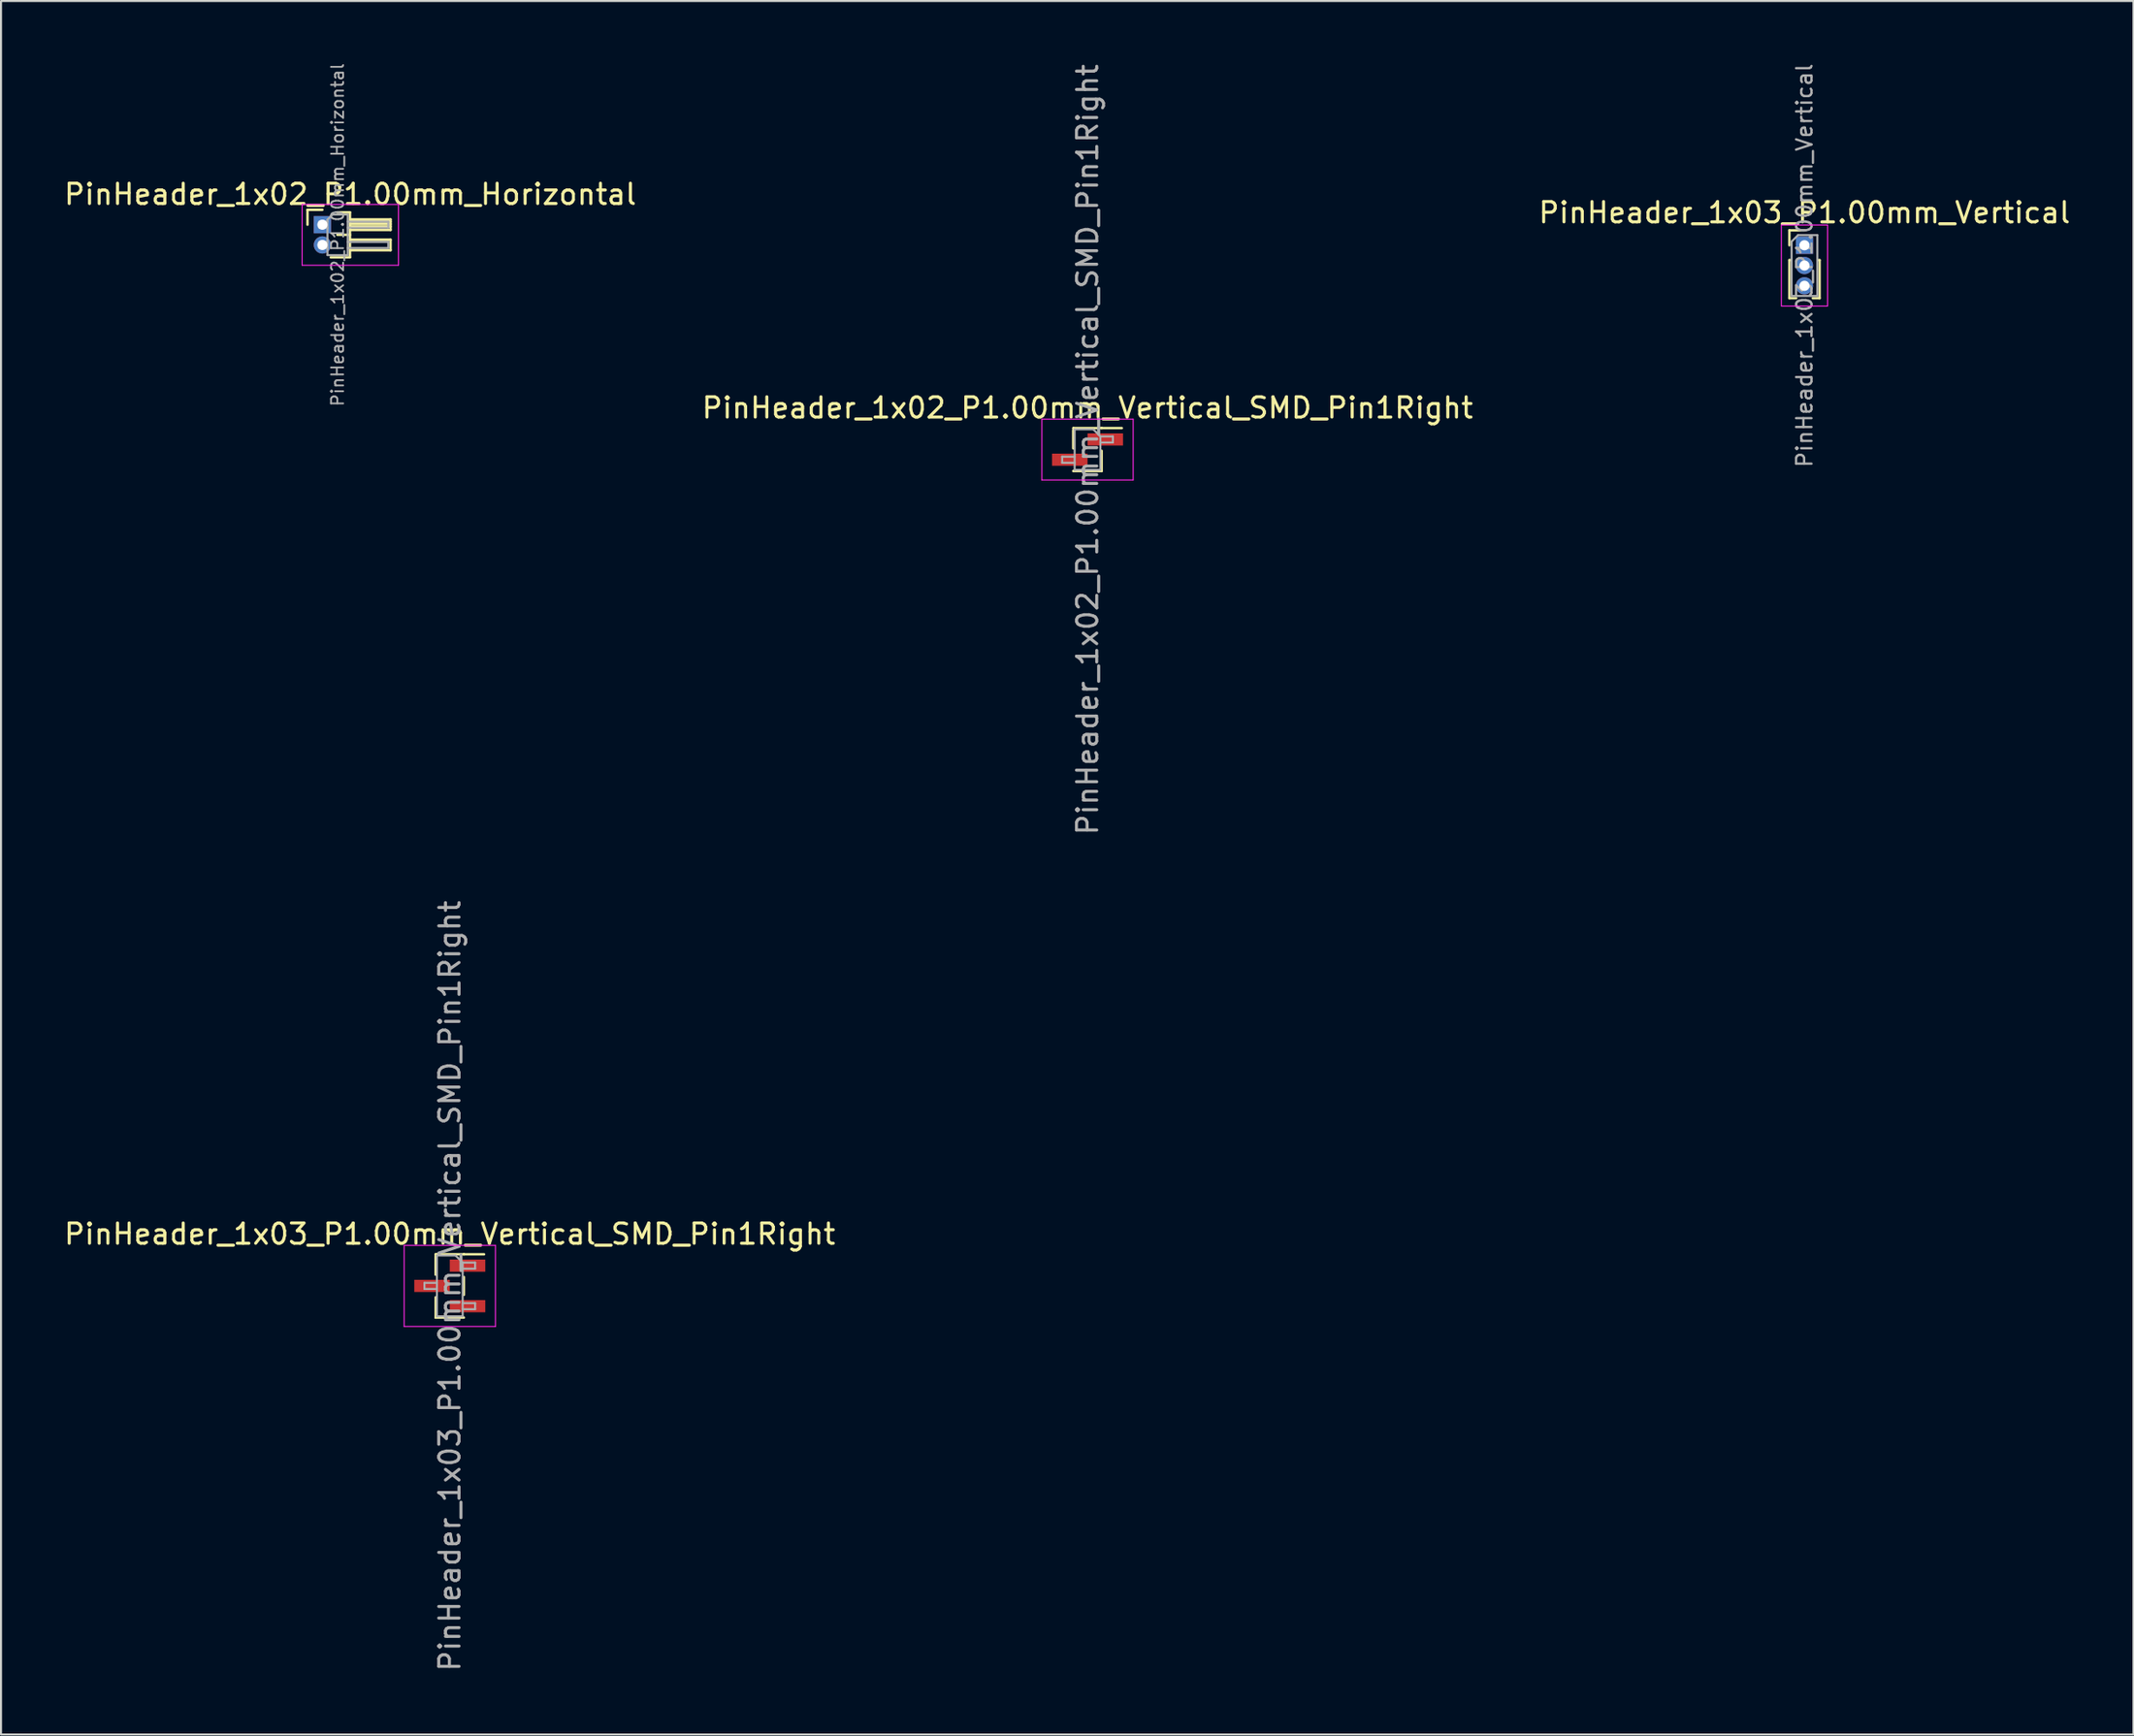
<source format=kicad_pcb>
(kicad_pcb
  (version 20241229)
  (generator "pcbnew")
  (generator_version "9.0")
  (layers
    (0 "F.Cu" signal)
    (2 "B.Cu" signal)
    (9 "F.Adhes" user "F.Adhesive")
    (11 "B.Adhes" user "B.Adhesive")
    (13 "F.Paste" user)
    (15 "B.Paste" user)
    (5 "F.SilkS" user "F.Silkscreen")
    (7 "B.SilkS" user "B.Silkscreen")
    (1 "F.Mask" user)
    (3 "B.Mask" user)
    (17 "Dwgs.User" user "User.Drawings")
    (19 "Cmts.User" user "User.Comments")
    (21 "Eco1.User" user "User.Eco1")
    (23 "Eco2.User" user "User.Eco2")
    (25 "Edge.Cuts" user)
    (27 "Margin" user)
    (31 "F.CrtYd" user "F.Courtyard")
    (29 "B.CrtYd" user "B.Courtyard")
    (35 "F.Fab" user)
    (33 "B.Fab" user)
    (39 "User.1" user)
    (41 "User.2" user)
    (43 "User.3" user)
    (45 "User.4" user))
  (footprint "PinHeader_1x03_P1.00mm_Vertical"
    (layer "F.Cu")
    (at 85.911 9.047)
    (property "Reference" "PinHeader_1x03_P1.00mm_Vertical" (at 0 -1.61 0) (layer "F.SilkS") (effects (font (size 1 1) (thickness 0.15))))
    (attr through_hole)
    (fp_line (start -0.745 -0.735) (end 0 -0.735) (stroke (width 0.12) (type solid)) (layer "F.SilkS"))
    (fp_line (start -0.745 0) (end -0.745 -0.735) (stroke (width 0.12) (type solid)) (layer "F.SilkS"))
    (fp_line (start -0.745 0.735) (end -0.745 2.61) (stroke (width 0.12) (type solid)) (layer "F.SilkS"))
    (fp_line (start -0.745 0.735) (end -0.686 0.735) (stroke (width 0.12) (type solid)) (layer "F.SilkS"))
    (fp_line (start -0.745 2.61) (end -0.41 2.61) (stroke (width 0.12) (type solid)) (layer "F.SilkS"))
    (fp_line (start 0.41 2.61) (end 0.745 2.61) (stroke (width 0.12) (type solid)) (layer "F.SilkS"))
    (fp_line (start 0.686 0.735) (end 0.745 0.735) (stroke (width 0.12) (type solid)) (layer "F.SilkS"))
    (fp_line (start 0.745 0.735) (end 0.745 2.61) (stroke (width 0.12) (type solid)) (layer "F.SilkS"))
    (fp_rect (start -1.14 -1) (end 1.14 3) (stroke (width 0.05) (type solid)) (fill no) (layer "F.CrtYd"))
    (fp_line (start -0.635 -0.182) (end -0.318 -0.5) (stroke (width 0.1) (type solid)) (layer "F.Fab"))
    (fp_line (start -0.635 2.5) (end -0.635 -0.182) (stroke (width 0.1) (type solid)) (layer "F.Fab"))
    (fp_line (start -0.318 -0.5) (end 0.635 -0.5) (stroke (width 0.1) (type solid)) (layer "F.Fab"))
    (fp_line (start 0.635 -0.5) (end 0.635 2.5) (stroke (width 0.1) (type solid)) (layer "F.Fab"))
    (fp_line (start 0.635 2.5) (end -0.635 2.5) (stroke (width 0.1) (type solid)) (layer "F.Fab"))
    (fp_text user "${REFERENCE}" (at 0 1 90) (layer "F.Fab") (effects (font (size 0.76 0.76) (thickness 0.114))))
    (pad "1" thru_hole rect (at 0 0) (size 0.85 0.85) (drill 0.5) (layers "*.Cu" "*.Mask"))
    (pad "2" thru_hole circle (at 0 1) (size 0.85 0.85) (drill 0.5) (layers "*.Cu" "*.Mask"))
    (pad "3" thru_hole circle (at 0 2) (size 0.85 0.85) (drill 0.5) (layers "*.Cu" "*.Mask")))
  (footprint "PinHeader_1x02_P1.00mm_Vertical_SMD_Pin1Right"
    (layer "F.Cu")
    (at 50.565 19.125)
    (property "Reference" "PinHeader_1x02_P1.00mm_Vertical_SMD_Pin1Right" (at 0 -2.06 0) (layer "F.SilkS") (effects (font (size 1 1) (thickness 0.15))))
    (attr smd)
    (fp_line (start -0.695 -1.06) (end -0.695 -0.06) (stroke (width 0.12) (type solid)) (layer "F.SilkS"))
    (fp_line (start -0.695 -1.06) (end 0.695 -1.06) (stroke (width 0.12) (type solid)) (layer "F.SilkS"))
    (fp_line (start -0.695 -0.94) (end -0.695 -0.06) (stroke (width 0.12) (type solid)) (layer "F.SilkS"))
    (fp_line (start -0.695 1.06) (end -0.695 1.06) (stroke (width 0.12) (type solid)) (layer "F.SilkS"))
    (fp_line (start -0.695 1.06) (end 0.695 1.06) (stroke (width 0.12) (type solid)) (layer "F.SilkS"))
    (fp_line (start 0.695 -1.06) (end 0.695 -1.06) (stroke (width 0.12) (type solid)) (layer "F.SilkS"))
    (fp_line (start 0.695 -1.06) (end 1.69 -1.06) (stroke (width 0.12) (type solid)) (layer "F.SilkS"))
    (fp_line (start 0.695 0.06) (end 0.695 1.06) (stroke (width 0.12) (type solid)) (layer "F.SilkS"))
    (fp_line (start -2.25 -1.5) (end -2.25 1.5) (stroke (width 0.05) (type solid)) (layer "F.CrtYd"))
    (fp_line (start -2.25 1.5) (end 2.25 1.5) (stroke (width 0.05) (type solid)) (layer "F.CrtYd"))
    (fp_line (start 2.25 -1.5) (end -2.25 -1.5) (stroke (width 0.05) (type solid)) (layer "F.CrtYd"))
    (fp_line (start 2.25 1.5) (end 2.25 -1.5) (stroke (width 0.05) (type solid)) (layer "F.CrtYd"))
    (fp_line (start -1.25 0.35) (end -1.25 0.65) (stroke (width 0.1) (type solid)) (layer "F.Fab"))
    (fp_line (start -1.25 0.65) (end -0.635 0.65) (stroke (width 0.1) (type solid)) (layer "F.Fab"))
    (fp_line (start -0.635 -1) (end -0.635 1) (stroke (width 0.1) (type solid)) (layer "F.Fab"))
    (fp_line (start -0.635 -1) (end 0.285 -1) (stroke (width 0.1) (type solid)) (layer "F.Fab"))
    (fp_line (start -0.635 0.35) (end -1.25 0.35) (stroke (width 0.1) (type solid)) (layer "F.Fab"))
    (fp_line (start 0.635 -0.65) (end 0.285 -1) (stroke (width 0.1) (type solid)) (layer "F.Fab"))
    (fp_line (start 0.635 -0.65) (end 1.25 -0.65) (stroke (width 0.1) (type solid)) (layer "F.Fab"))
    (fp_line (start 0.635 1) (end -0.635 1) (stroke (width 0.1) (type solid)) (layer "F.Fab"))
    (fp_line (start 0.635 1) (end 0.635 -0.65) (stroke (width 0.1) (type solid)) (layer "F.Fab"))
    (fp_line (start 1.25 -0.65) (end 1.25 -0.35) (stroke (width 0.1) (type solid)) (layer "F.Fab"))
    (fp_line (start 1.25 -0.35) (end 0.635 -0.35) (stroke (width 0.1) (type solid)) (layer "F.Fab"))
    (fp_text user "${REFERENCE}" (at 0 0 90) (layer "F.Fab") (effects (font (size 1 1) (thickness 0.15))))
    (pad "1" smd rect (at 0.875 -0.5) (size 1.75 0.6) (layers "F.Cu" "F.Mask" "F.Paste"))
    (pad "2" smd rect (at -0.875 0.5) (size 1.75 0.6) (layers "F.Cu" "F.Mask" "F.Paste")))
  (footprint "PinHeader_1x03_P1.00mm_Vertical_SMD_Pin1Right"
    (layer "F.Cu")
    (at 19.125 60.375)
    (property "Reference" "PinHeader_1x03_P1.00mm_Vertical_SMD_Pin1Right" (at 0 -2.56 0) (layer "F.SilkS") (effects (font (size 1 1) (thickness 0.15))))
    (attr smd)
    (fp_line (start -0.695 -1.56) (end -0.695 -0.56) (stroke (width 0.12) (type solid)) (layer "F.SilkS"))
    (fp_line (start -0.695 -1.56) (end 0.695 -1.56) (stroke (width 0.12) (type solid)) (layer "F.SilkS"))
    (fp_line (start -0.695 -1.44) (end -0.695 -0.56) (stroke (width 0.12) (type solid)) (layer "F.SilkS"))
    (fp_line (start -0.695 0.56) (end -0.695 1.56) (stroke (width 0.12) (type solid)) (layer "F.SilkS"))
    (fp_line (start -0.695 1.56) (end -0.695 1.56) (stroke (width 0.12) (type solid)) (layer "F.SilkS"))
    (fp_line (start -0.695 1.56) (end 0.695 1.56) (stroke (width 0.12) (type solid)) (layer "F.SilkS"))
    (fp_line (start 0.695 -1.56) (end 0.695 -1.56) (stroke (width 0.12) (type solid)) (layer "F.SilkS"))
    (fp_line (start 0.695 -1.56) (end 1.69 -1.56) (stroke (width 0.12) (type solid)) (layer "F.SilkS"))
    (fp_line (start 0.695 -0.44) (end 0.695 0.44) (stroke (width 0.12) (type solid)) (layer "F.SilkS"))
    (fp_line (start -2.25 -2) (end -2.25 2) (stroke (width 0.05) (type solid)) (layer "F.CrtYd"))
    (fp_line (start -2.25 2) (end 2.25 2) (stroke (width 0.05) (type solid)) (layer "F.CrtYd"))
    (fp_line (start 2.25 -2) (end -2.25 -2) (stroke (width 0.05) (type solid)) (layer "F.CrtYd"))
    (fp_line (start 2.25 2) (end 2.25 -2) (stroke (width 0.05) (type solid)) (layer "F.CrtYd"))
    (fp_line (start -1.25 -0.15) (end -1.25 0.15) (stroke (width 0.1) (type solid)) (layer "F.Fab"))
    (fp_line (start -1.25 0.15) (end -0.635 0.15) (stroke (width 0.1) (type solid)) (layer "F.Fab"))
    (fp_line (start -0.635 -1.5) (end -0.635 1.5) (stroke (width 0.1) (type solid)) (layer "F.Fab"))
    (fp_line (start -0.635 -1.5) (end 0.285 -1.5) (stroke (width 0.1) (type solid)) (layer "F.Fab"))
    (fp_line (start -0.635 -0.15) (end -1.25 -0.15) (stroke (width 0.1) (type solid)) (layer "F.Fab"))
    (fp_line (start 0.635 -1.15) (end 0.285 -1.5) (stroke (width 0.1) (type solid)) (layer "F.Fab"))
    (fp_line (start 0.635 -1.15) (end 1.25 -1.15) (stroke (width 0.1) (type solid)) (layer "F.Fab"))
    (fp_line (start 0.635 0.85) (end 1.25 0.85) (stroke (width 0.1) (type solid)) (layer "F.Fab"))
    (fp_line (start 0.635 1.5) (end -0.635 1.5) (stroke (width 0.1) (type solid)) (layer "F.Fab"))
    (fp_line (start 0.635 1.5) (end 0.635 -1.15) (stroke (width 0.1) (type solid)) (layer "F.Fab"))
    (fp_line (start 1.25 -1.15) (end 1.25 -0.85) (stroke (width 0.1) (type solid)) (layer "F.Fab"))
    (fp_line (start 1.25 -0.85) (end 0.635 -0.85) (stroke (width 0.1) (type solid)) (layer "F.Fab"))
    (fp_line (start 1.25 0.85) (end 1.25 1.15) (stroke (width 0.1) (type solid)) (layer "F.Fab"))
    (fp_line (start 1.25 1.15) (end 0.635 1.15) (stroke (width 0.1) (type solid)) (layer "F.Fab"))
    (fp_text user "${REFERENCE}" (at 0 0 90) (layer "F.Fab") (effects (font (size 1 1) (thickness 0.15))))
    (pad "1" smd rect (at 0.875 -1) (size 1.75 0.6) (layers "F.Cu" "F.Mask" "F.Paste"))
    (pad "2" smd rect (at -0.875 0) (size 1.75 0.6) (layers "F.Cu" "F.Mask" "F.Paste"))
    (pad "3" smd rect (at 0.875 1) (size 1.75 0.6) (layers "F.Cu" "F.Mask" "F.Paste")))
  (footprint "PinHeader_1x02_P1.00mm_Horizontal"
    (layer "F.Cu")
    (at 12.845 8.032)
    (property "Reference" "PinHeader_1x02_P1.00mm_Horizontal" (at 1.375 -1.5 0) (layer "F.SilkS") (effects (font (size 1 1) (thickness 0.15))))
    (attr through_hole)
    (fp_line (start -0.735 -0.735) (end 0 -0.735) (stroke (width 0.12) (type solid)) (layer "F.SilkS"))
    (fp_line (start -0.735 0) (end -0.735 -0.735) (stroke (width 0.12) (type solid)) (layer "F.SilkS"))
    (fp_line (start 0.735 -0.61) (end 1.36 -0.61) (stroke (width 0.12) (type solid)) (layer "F.SilkS"))
    (fp_line (start 0.735 0.5) (end 1.36 0.5) (stroke (width 0.12) (type solid)) (layer "F.SilkS"))
    (fp_line (start 1.36 -0.61) (end 1.36 1.61) (stroke (width 0.12) (type solid)) (layer "F.SilkS"))
    (fp_line (start 1.36 -0.26) (end 3.36 -0.26) (stroke (width 0.12) (type solid)) (layer "F.SilkS"))
    (fp_line (start 1.36 -0.15) (end 3.36 -0.15) (stroke (width 0.12) (type solid)) (layer "F.SilkS"))
    (fp_line (start 1.36 -0.03) (end 3.36 -0.03) (stroke (width 0.12) (type solid)) (layer "F.SilkS"))
    (fp_line (start 1.36 0.09) (end 3.36 0.09) (stroke (width 0.12) (type solid)) (layer "F.SilkS"))
    (fp_line (start 1.36 0.74) (end 3.36 0.74) (stroke (width 0.12) (type solid)) (layer "F.SilkS"))
    (fp_line (start 1.36 1.61) (end 0.41 1.61) (stroke (width 0.12) (type solid)) (layer "F.SilkS"))
    (fp_line (start 3.36 -0.26) (end 3.36 0.26) (stroke (width 0.12) (type solid)) (layer "F.SilkS"))
    (fp_line (start 3.36 0.26) (end 1.36 0.26) (stroke (width 0.12) (type solid)) (layer "F.SilkS"))
    (fp_line (start 3.36 0.74) (end 3.36 1.26) (stroke (width 0.12) (type solid)) (layer "F.SilkS"))
    (fp_line (start 3.36 1.26) (end 1.36 1.26) (stroke (width 0.12) (type solid)) (layer "F.SilkS"))
    (fp_line (start -1 -1) (end -1 2) (stroke (width 0.05) (type solid)) (layer "F.CrtYd"))
    (fp_line (start -1 2) (end 3.75 2) (stroke (width 0.05) (type solid)) (layer "F.CrtYd"))
    (fp_line (start 3.75 -1) (end -1 -1) (stroke (width 0.05) (type solid)) (layer "F.CrtYd"))
    (fp_line (start 3.75 2) (end 3.75 -1) (stroke (width 0.05) (type solid)) (layer "F.CrtYd"))
    (fp_line (start -0.15 -0.15) (end -0.15 0.15) (stroke (width 0.1) (type solid)) (layer "F.Fab"))
    (fp_line (start -0.15 -0.15) (end 0.25 -0.15) (stroke (width 0.1) (type solid)) (layer "F.Fab"))
    (fp_line (start -0.15 0.15) (end 0.25 0.15) (stroke (width 0.1) (type solid)) (layer "F.Fab"))
    (fp_line (start -0.15 0.85) (end -0.15 1.15) (stroke (width 0.1) (type solid)) (layer "F.Fab"))
    (fp_line (start -0.15 0.85) (end 0.25 0.85) (stroke (width 0.1) (type solid)) (layer "F.Fab"))
    (fp_line (start -0.15 1.15) (end 0.25 1.15) (stroke (width 0.1) (type solid)) (layer "F.Fab"))
    (fp_line (start 0.25 -0.25) (end 0.5 -0.5) (stroke (width 0.1) (type solid)) (layer "F.Fab"))
    (fp_line (start 0.25 1.5) (end 0.25 -0.25) (stroke (width 0.1) (type solid)) (layer "F.Fab"))
    (fp_line (start 0.5 -0.5) (end 1.25 -0.5) (stroke (width 0.1) (type solid)) (layer "F.Fab"))
    (fp_line (start 1.25 -0.5) (end 1.25 1.5) (stroke (width 0.1) (type solid)) (layer "F.Fab"))
    (fp_line (start 1.25 -0.15) (end 3.25 -0.15) (stroke (width 0.1) (type solid)) (layer "F.Fab"))
    (fp_line (start 1.25 0.15) (end 3.25 0.15) (stroke (width 0.1) (type solid)) (layer "F.Fab"))
    (fp_line (start 1.25 0.85) (end 3.25 0.85) (stroke (width 0.1) (type solid)) (layer "F.Fab"))
    (fp_line (start 1.25 1.15) (end 3.25 1.15) (stroke (width 0.1) (type solid)) (layer "F.Fab"))
    (fp_line (start 1.25 1.5) (end 0.25 1.5) (stroke (width 0.1) (type solid)) (layer "F.Fab"))
    (fp_line (start 3.25 -0.15) (end 3.25 0.15) (stroke (width 0.1) (type solid)) (layer "F.Fab"))
    (fp_line (start 3.25 0.85) (end 3.25 1.15) (stroke (width 0.1) (type solid)) (layer "F.Fab"))
    (fp_text user "${REFERENCE}" (at 0.75 0.5 90) (layer "F.Fab") (effects (font (size 0.6 0.6) (thickness 0.09))))
    (pad "1" thru_hole rect (at 0 0) (size 0.85 0.85) (drill 0.5) (layers "*.Cu" "*.Mask"))
    (pad "2" thru_hole circle (at 0 1) (size 0.85 0.85) (drill 0.5) (layers "*.Cu" "*.Mask")))
  (gr_rect
    (start -3 -3)
    (end 102.131 82.5)
    (stroke (width 0.1) (type default))
    (fill no)
    (layer "Edge.Cuts")))
</source>
